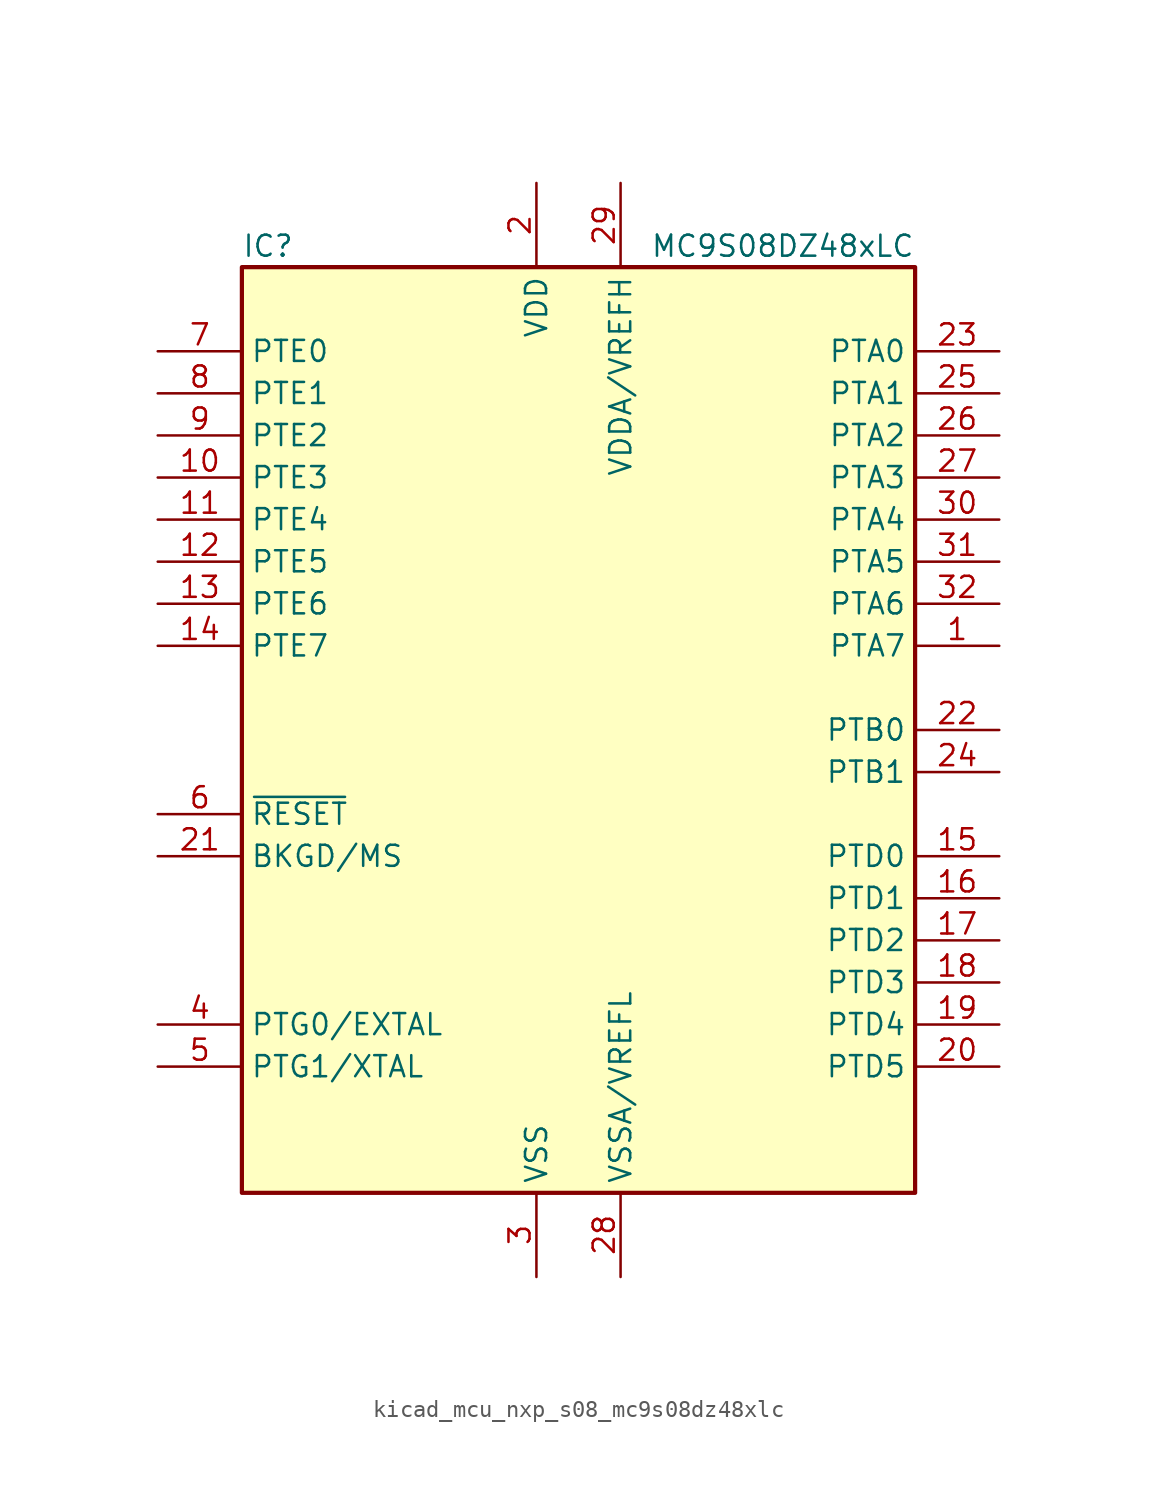
<source format=kicad_sym>
(kicad_symbol_lib
  (version 20220914)
  (generator kicad_symbol_editor)
  (symbol "kicad_mcu_nxp_s08_mc9s08dz48xlc"
    (property "Reference" "IC"
      (at -20.32 29.21 0)
      (effects (font (size 1.27 1.27)) (justify left)))
    (property "Value" "MC9S08DZ48xLC"
      (at 20.32 29.21 0)
      (effects (font (size 1.27 1.27)) (justify right)))
    (symbol "kicad_mcu_nxp_s08_mc9s08dz48xlc_0_1"
      (rectangle (start -20.32 27.94) (end 20.32 -27.94) (stroke (width 0.254) (type default)) (fill (type background))))
    (symbol "kicad_mcu_nxp_s08_mc9s08dz48xlc_1_1"
      (pin bidirectional line (at 25.4 5.08 180) (length 5.08) (name "PTA7" (effects (font (size 1.27 1.27)))) (number "1" (effects (font (size 1.27 1.27)))))
      (pin bidirectional line (at -25.4 15.24 0) (length 5.08) (name "PTE3" (effects (font (size 1.27 1.27)))) (number "10" (effects (font (size 1.27 1.27)))))
      (pin bidirectional line (at -25.4 12.7 0) (length 5.08) (name "PTE4" (effects (font (size 1.27 1.27)))) (number "11" (effects (font (size 1.27 1.27)))))
      (pin bidirectional line (at -25.4 10.16 0) (length 5.08) (name "PTE5" (effects (font (size 1.27 1.27)))) (number "12" (effects (font (size 1.27 1.27)))))
      (pin bidirectional line (at -25.4 7.62 0) (length 5.08) (name "PTE6" (effects (font (size 1.27 1.27)))) (number "13" (effects (font (size 1.27 1.27)))))
      (pin bidirectional line (at -25.4 5.08 0) (length 5.08) (name "PTE7" (effects (font (size 1.27 1.27)))) (number "14" (effects (font (size 1.27 1.27)))))
      (pin bidirectional line (at 25.4 -7.62 180) (length 5.08) (name "PTD0" (effects (font (size 1.27 1.27)))) (number "15" (effects (font (size 1.27 1.27)))))
      (pin bidirectional line (at 25.4 -10.16 180) (length 5.08) (name "PTD1" (effects (font (size 1.27 1.27)))) (number "16" (effects (font (size 1.27 1.27)))))
      (pin bidirectional line (at 25.4 -12.7 180) (length 5.08) (name "PTD2" (effects (font (size 1.27 1.27)))) (number "17" (effects (font (size 1.27 1.27)))))
      (pin bidirectional line (at 25.4 -15.24 180) (length 5.08) (name "PTD3" (effects (font (size 1.27 1.27)))) (number "18" (effects (font (size 1.27 1.27)))))
      (pin bidirectional line (at 25.4 -17.78 180) (length 5.08) (name "PTD4" (effects (font (size 1.27 1.27)))) (number "19" (effects (font (size 1.27 1.27)))))
      (pin power_in line (at -2.54 33.02 270) (length 5.08) (name "VDD" (effects (font (size 1.27 1.27)))) (number "2" (effects (font (size 1.27 1.27)))))
      (pin bidirectional line (at 25.4 -20.32 180) (length 5.08) (name "PTD5" (effects (font (size 1.27 1.27)))) (number "20" (effects (font (size 1.27 1.27)))))
      (pin bidirectional line (at -25.4 -7.62 0) (length 5.08) (name "BKGD/MS" (effects (font (size 1.27 1.27)))) (number "21" (effects (font (size 1.27 1.27)))))
      (pin bidirectional line (at 25.4 0 180) (length 5.08) (name "PTB0" (effects (font (size 1.27 1.27)))) (number "22" (effects (font (size 1.27 1.27)))))
      (pin bidirectional line (at 25.4 22.86 180) (length 5.08) (name "PTA0" (effects (font (size 1.27 1.27)))) (number "23" (effects (font (size 1.27 1.27)))))
      (pin bidirectional line (at 25.4 -2.54 180) (length 5.08) (name "PTB1" (effects (font (size 1.27 1.27)))) (number "24" (effects (font (size 1.27 1.27)))))
      (pin bidirectional line (at 25.4 20.32 180) (length 5.08) (name "PTA1" (effects (font (size 1.27 1.27)))) (number "25" (effects (font (size 1.27 1.27)))))
      (pin bidirectional line (at 25.4 17.78 180) (length 5.08) (name "PTA2" (effects (font (size 1.27 1.27)))) (number "26" (effects (font (size 1.27 1.27)))))
      (pin bidirectional line (at 25.4 15.24 180) (length 5.08) (name "PTA3" (effects (font (size 1.27 1.27)))) (number "27" (effects (font (size 1.27 1.27)))))
      (pin power_in line (at 2.54 -33.02 90) (length 5.08) (name "VSSA/VREFL" (effects (font (size 1.27 1.27)))) (number "28" (effects (font (size 1.27 1.27)))))
      (pin power_in line (at 2.54 33.02 270) (length 5.08) (name "VDDA/VREFH" (effects (font (size 1.27 1.27)))) (number "29" (effects (font (size 1.27 1.27)))))
      (pin power_in line (at -2.54 -33.02 90) (length 5.08) (name "VSS" (effects (font (size 1.27 1.27)))) (number "3" (effects (font (size 1.27 1.27)))))
      (pin bidirectional line (at 25.4 12.7 180) (length 5.08) (name "PTA4" (effects (font (size 1.27 1.27)))) (number "30" (effects (font (size 1.27 1.27)))))
      (pin bidirectional line (at 25.4 10.16 180) (length 5.08) (name "PTA5" (effects (font (size 1.27 1.27)))) (number "31" (effects (font (size 1.27 1.27)))))
      (pin bidirectional line (at 25.4 7.62 180) (length 5.08) (name "PTA6" (effects (font (size 1.27 1.27)))) (number "32" (effects (font (size 1.27 1.27)))))
      (pin bidirectional line (at -25.4 -17.78 0) (length 5.08) (name "PTG0/EXTAL" (effects (font (size 1.27 1.27)))) (number "4" (effects (font (size 1.27 1.27)))))
      (pin bidirectional line (at -25.4 -20.32 0) (length 5.08) (name "PTG1/XTAL" (effects (font (size 1.27 1.27)))) (number "5" (effects (font (size 1.27 1.27)))))
      (pin input line (at -25.4 -5.08 0) (length 5.08) (name "~{RESET}" (effects (font (size 1.27 1.27)))) (number "6" (effects (font (size 1.27 1.27)))))
      (pin bidirectional line (at -25.4 22.86 0) (length 5.08) (name "PTE0" (effects (font (size 1.27 1.27)))) (number "7" (effects (font (size 1.27 1.27)))))
      (pin bidirectional line (at -25.4 20.32 0) (length 5.08) (name "PTE1" (effects (font (size 1.27 1.27)))) (number "8" (effects (font (size 1.27 1.27)))))
      (pin bidirectional line (at -25.4 17.78 0) (length 5.08) (name "PTE2" (effects (font (size 1.27 1.27)))) (number "9" (effects (font (size 1.27 1.27))))))))
</source>
